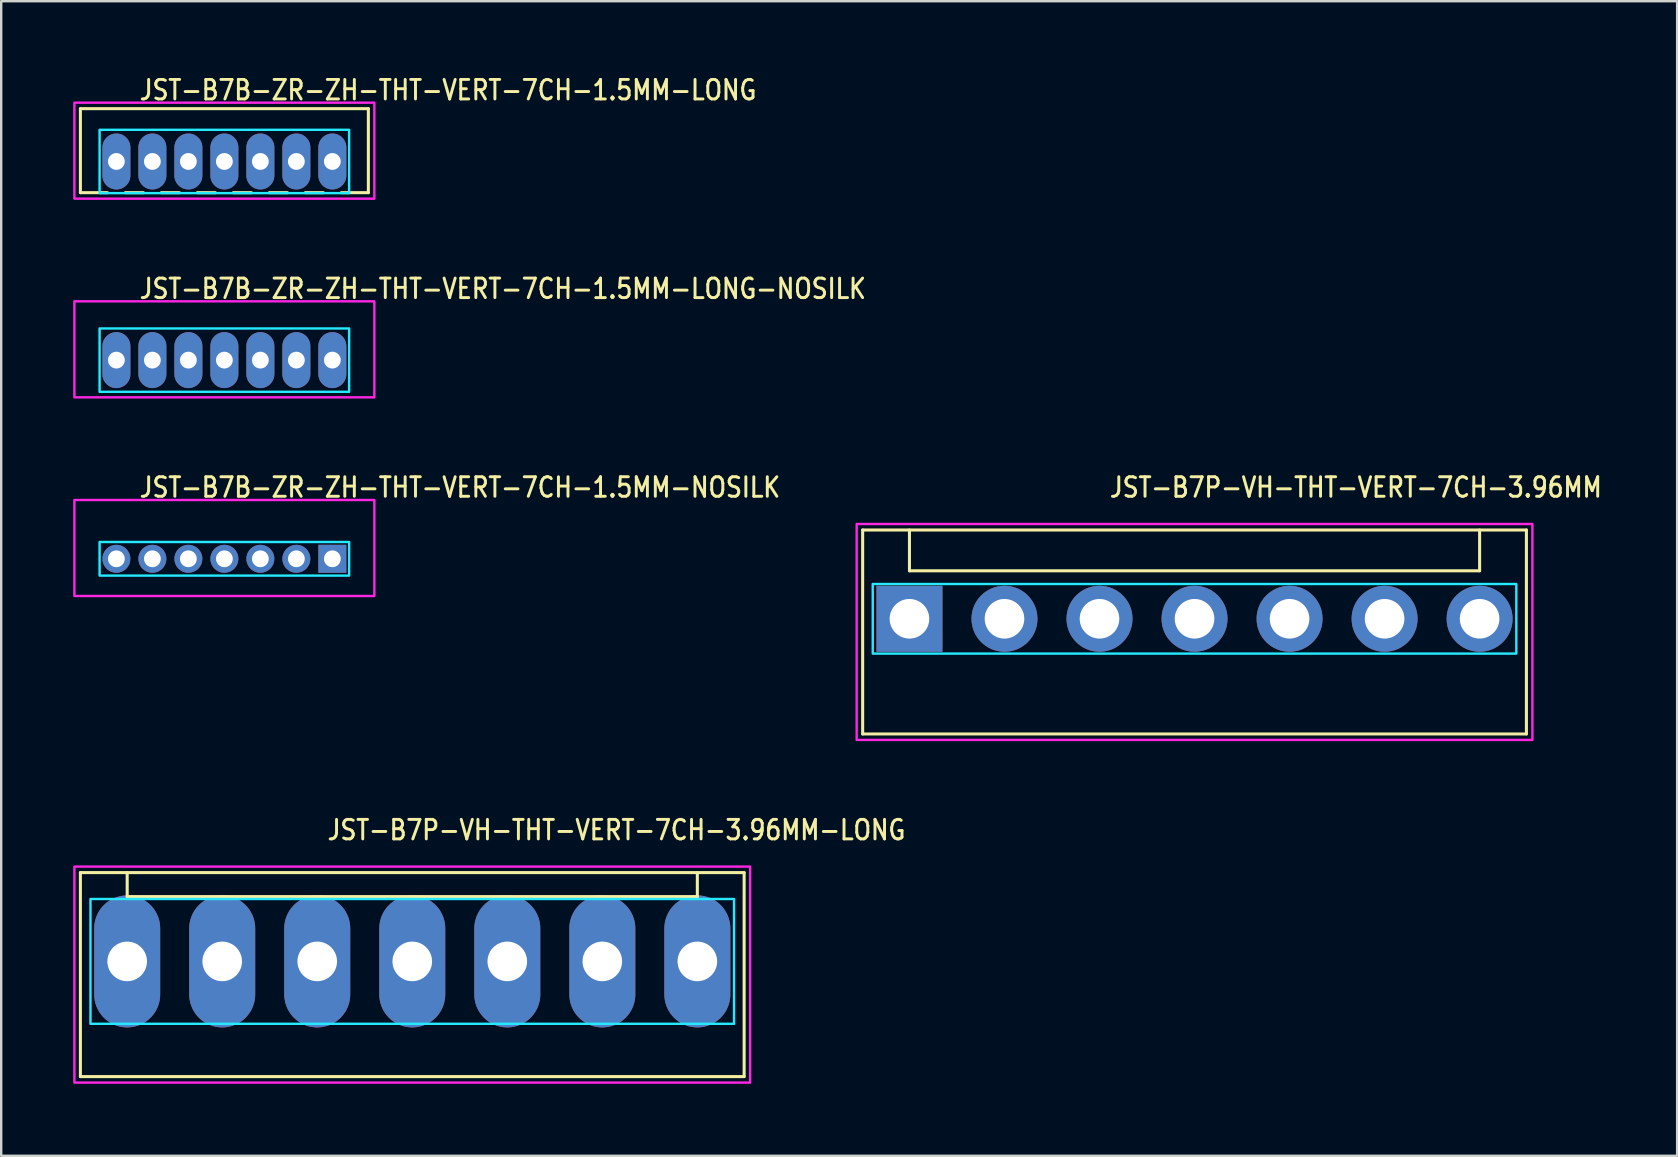
<source format=kicad_pcb>
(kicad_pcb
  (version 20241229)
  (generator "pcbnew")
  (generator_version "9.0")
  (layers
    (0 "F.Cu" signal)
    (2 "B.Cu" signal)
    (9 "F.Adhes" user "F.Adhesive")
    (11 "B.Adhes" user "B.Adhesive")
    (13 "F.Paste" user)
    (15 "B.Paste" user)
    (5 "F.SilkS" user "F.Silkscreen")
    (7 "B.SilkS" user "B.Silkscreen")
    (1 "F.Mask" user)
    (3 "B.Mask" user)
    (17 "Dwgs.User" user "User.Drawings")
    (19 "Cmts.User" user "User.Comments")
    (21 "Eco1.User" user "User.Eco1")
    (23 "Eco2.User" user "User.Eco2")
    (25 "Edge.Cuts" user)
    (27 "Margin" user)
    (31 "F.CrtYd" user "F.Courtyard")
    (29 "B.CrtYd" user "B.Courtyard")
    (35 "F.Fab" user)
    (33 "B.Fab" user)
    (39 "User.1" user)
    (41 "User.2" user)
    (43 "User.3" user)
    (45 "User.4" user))
  (footprint "JST-B7P-VH-THT-VERT-7CH-3.96MM"
    (layer "F.Cu")
    (at 46.729 22.736)
    (property "Reference" "JST-B7P-VH-THT-VERT-7CH-3.96MM" (at -3.6 -5 0) (unlocked yes) (layer "F.SilkS") (effects (font (size 0.813 0.695) (thickness 0.122)) (justify left bottom)))
    (fp_line (start -13.83 -3.7) (end 13.83 -3.7) (stroke (width 0.127) (type solid)) (layer "F.SilkS"))
    (fp_line (start -13.83 4.8) (end -13.83 -3.7) (stroke (width 0.127) (type solid)) (layer "F.SilkS"))
    (fp_line (start -13.83 4.8) (end 13.83 4.8) (stroke (width 0.127) (type solid)) (layer "F.SilkS"))
    (fp_line (start -11.88 -3.7) (end -11.88 -2) (stroke (width 0.127) (type solid)) (layer "F.SilkS"))
    (fp_line (start -11.88 -2) (end 11.88 -2) (stroke (width 0.127) (type solid)) (layer "F.SilkS"))
    (fp_line (start 11.88 -3.7) (end 11.88 -2) (stroke (width 0.127) (type solid)) (layer "F.SilkS"))
    (fp_line (start 13.83 -3.7) (end 13.83 4.8) (stroke (width 0.127) (type solid)) (layer "F.SilkS"))
    (fp_poly (pts (xy -13.41 -1.45) (xy -13.41 1.45) (xy 13.41 1.45) (xy 13.41 -1.45)) (stroke (width 0.1) (type solid)) (fill no) (layer "B.CrtYd"))
    (fp_poly (pts (xy -14.08 -3.95) (xy -14.08 5.05) (xy 14.08 5.05) (xy 14.08 -3.95)) (stroke (width 0.1) (type solid)) (fill no) (layer "F.CrtYd"))
    (pad "1" thru_hole rect (at -11.88 0) (size 2.75 2.75) (drill 1.65) (layers "*.Cu" "*.Mask"))
    (pad "2" thru_hole oval (at -7.92 0) (size 2.75 2.75) (drill 1.65) (layers "*.Cu" "*.Mask"))
    (pad "3" thru_hole oval (at -3.96 0) (size 2.75 2.75) (drill 1.65) (layers "*.Cu" "*.Mask"))
    (pad "4" thru_hole oval (at 0 0) (size 2.75 2.75) (drill 1.65) (layers "*.Cu" "*.Mask"))
    (pad "5" thru_hole oval (at 3.96 0) (size 2.75 2.75) (drill 1.65) (layers "*.Cu" "*.Mask"))
    (pad "6" thru_hole oval (at 7.92 0) (size 2.75 2.75) (drill 1.65) (layers "*.Cu" "*.Mask"))
    (pad "7" thru_hole oval (at 11.88 0) (size 2.75 2.75) (drill 1.65) (layers "*.Cu" "*.Mask")))
  (footprint "JST-B7B-ZR-ZH-THT-VERT-7CH-1.5MM-LONG"
    (layer "F.Cu")
    (at 6.3 3.679)
    (property "Reference" "JST-B7B-ZR-ZH-THT-VERT-7CH-1.5MM-LONG" (at -3.6 -2.5 0) (unlocked yes) (layer "F.SilkS") (effects (font (size 0.813 0.695) (thickness 0.122)) (justify left bottom)))
    (fp_line (start -6 -2.2) (end 6 -2.2) (stroke (width 0.127) (type solid)) (layer "F.SilkS"))
    (fp_line (start -6 1.3) (end -6 -2.2) (stroke (width 0.127) (type solid)) (layer "F.SilkS"))
    (fp_line (start -6 1.3) (end -4.875 1.3) (stroke (width 0.127) (type solid)) (layer "F.SilkS"))
    (fp_line (start -4.125 1.3) (end -3.375 1.3) (stroke (width 0.127) (type solid)) (layer "F.SilkS"))
    (fp_line (start -2.625 1.3) (end -1.875 1.3) (stroke (width 0.127) (type solid)) (layer "F.SilkS"))
    (fp_line (start -1.125 1.3) (end -0.375 1.3) (stroke (width 0.127) (type solid)) (layer "F.SilkS"))
    (fp_line (start 0.375 1.3) (end 1.125 1.3) (stroke (width 0.127) (type solid)) (layer "F.SilkS"))
    (fp_line (start 1.875 1.3) (end 2.625 1.3) (stroke (width 0.127) (type solid)) (layer "F.SilkS"))
    (fp_line (start 3.375 1.3) (end 4.125 1.3) (stroke (width 0.127) (type solid)) (layer "F.SilkS"))
    (fp_line (start 4.875 1.3) (end 6 1.3) (stroke (width 0.127) (type solid)) (layer "F.SilkS"))
    (fp_line (start 6 -2.2) (end 6 1.3) (stroke (width 0.127) (type solid)) (layer "F.SilkS"))
    (fp_poly (pts (xy -5.2 -1.32) (xy -5.2 1.32) (xy 5.2 1.32) (xy 5.2 -1.32)) (stroke (width 0.1) (type solid)) (fill no) (layer "B.CrtYd"))
    (fp_poly (pts (xy -6.25 -2.45) (xy -6.25 1.55) (xy 6.25 1.55) (xy 6.25 -2.45)) (stroke (width 0.1) (type solid)) (fill no) (layer "F.CrtYd"))
    (pad "1" thru_hole oval (at 4.5 0 90) (size 2.333 1.167) (drill 0.7) (layers "*.Cu" "*.Mask"))
    (pad "2" thru_hole oval (at 3 0 90) (size 2.333 1.167) (drill 0.7) (layers "*.Cu" "*.Mask"))
    (pad "3" thru_hole oval (at 1.5 0 90) (size 2.333 1.167) (drill 0.7) (layers "*.Cu" "*.Mask"))
    (pad "4" thru_hole oval (at 0 0 90) (size 2.333 1.167) (drill 0.7) (layers "*.Cu" "*.Mask"))
    (pad "5" thru_hole oval (at -1.5 0 90) (size 2.333 1.167) (drill 0.7) (layers "*.Cu" "*.Mask"))
    (pad "6" thru_hole oval (at -3 0 90) (size 2.333 1.167) (drill 0.7) (layers "*.Cu" "*.Mask"))
    (pad "7" thru_hole oval (at -4.5 0 90) (size 2.333 1.167) (drill 0.7) (layers "*.Cu" "*.Mask")))
  (footprint "JST-B7B-ZR-ZH-THT-VERT-7CH-1.5MM-LONG-NOSILK"
    (layer "F.Cu")
    (at 6.3 11.957)
    (property "Reference" "JST-B7B-ZR-ZH-THT-VERT-7CH-1.5MM-LONG-NOSILK" (at -3.6 -2.5 0) (unlocked yes) (layer "F.SilkS") (effects (font (size 0.813 0.695) (thickness 0.122)) (justify left bottom)))
    (fp_poly (pts (xy -5.2 -1.32) (xy -5.2 1.32) (xy 5.2 1.32) (xy 5.2 -1.32)) (stroke (width 0.1) (type solid)) (fill no) (layer "B.CrtYd"))
    (fp_poly (pts (xy -6.25 -2.45) (xy -6.25 1.55) (xy 6.25 1.55) (xy 6.25 -2.45)) (stroke (width 0.1) (type solid)) (fill no) (layer "F.CrtYd"))
    (pad "1" thru_hole oval (at 4.5 0 90) (size 2.333 1.167) (drill 0.7) (layers "*.Cu" "*.Mask"))
    (pad "2" thru_hole oval (at 3 0 90) (size 2.333 1.167) (drill 0.7) (layers "*.Cu" "*.Mask"))
    (pad "3" thru_hole oval (at 1.5 0 90) (size 2.333 1.167) (drill 0.7) (layers "*.Cu" "*.Mask"))
    (pad "4" thru_hole oval (at 0 0 90) (size 2.333 1.167) (drill 0.7) (layers "*.Cu" "*.Mask"))
    (pad "5" thru_hole oval (at -1.5 0 90) (size 2.333 1.167) (drill 0.7) (layers "*.Cu" "*.Mask"))
    (pad "6" thru_hole oval (at -3 0 90) (size 2.333 1.167) (drill 0.7) (layers "*.Cu" "*.Mask"))
    (pad "7" thru_hole oval (at -4.5 0 90) (size 2.333 1.167) (drill 0.7) (layers "*.Cu" "*.Mask")))
  (footprint "JST-B7B-ZR-ZH-THT-VERT-7CH-1.5MM-NOSILK"
    (layer "F.Cu")
    (at 6.3 20.236)
    (property "Reference" "JST-B7B-ZR-ZH-THT-VERT-7CH-1.5MM-NOSILK" (at -3.6 -2.5 0) (unlocked yes) (layer "F.SilkS") (effects (font (size 0.813 0.695) (thickness 0.122)) (justify left bottom)))
    (fp_poly (pts (xy -5.2 -0.7) (xy -5.2 0.7) (xy 5.2 0.7) (xy 5.2 -0.7)) (stroke (width 0.1) (type solid)) (fill no) (layer "B.CrtYd"))
    (fp_poly (pts (xy -6.25 -2.45) (xy -6.25 1.55) (xy 6.25 1.55) (xy 6.25 -2.45)) (stroke (width 0.1) (type solid)) (fill no) (layer "F.CrtYd"))
    (pad "1" thru_hole rect (at 4.5 0) (size 1.167 1.167) (drill 0.7) (layers "*.Cu" "*.Mask"))
    (pad "2" thru_hole oval (at 3 0) (size 1.167 1.167) (drill 0.7) (layers "*.Cu" "*.Mask"))
    (pad "3" thru_hole oval (at 1.5 0) (size 1.167 1.167) (drill 0.7) (layers "*.Cu" "*.Mask"))
    (pad "4" thru_hole oval (at 0 0) (size 1.167 1.167) (drill 0.7) (layers "*.Cu" "*.Mask"))
    (pad "5" thru_hole oval (at -1.5 0) (size 1.167 1.167) (drill 0.7) (layers "*.Cu" "*.Mask"))
    (pad "6" thru_hole oval (at -3 0) (size 1.167 1.167) (drill 0.7) (layers "*.Cu" "*.Mask"))
    (pad "7" thru_hole oval (at -4.5 0) (size 1.167 1.167) (drill 0.7) (layers "*.Cu" "*.Mask")))
  (footprint "JST-B7P-VH-THT-VERT-7CH-3.96MM-LONG"
    (layer "F.Cu")
    (at 14.13 37.014)
    (property "Reference" "JST-B7P-VH-THT-VERT-7CH-3.96MM-LONG" (at -3.6 -5 0) (unlocked yes) (layer "F.SilkS") (effects (font (size 0.813 0.695) (thickness 0.122)) (justify left bottom)))
    (fp_line (start -13.83 -3.7) (end 13.83 -3.7) (stroke (width 0.127) (type solid)) (layer "F.SilkS"))
    (fp_line (start -13.83 4.8) (end -13.83 -3.7) (stroke (width 0.127) (type solid)) (layer "F.SilkS"))
    (fp_line (start -13.83 4.8) (end 13.83 4.8) (stroke (width 0.127) (type solid)) (layer "F.SilkS"))
    (fp_line (start -11.88 -3.7) (end -11.88 -2.7) (stroke (width 0.127) (type solid)) (layer "F.SilkS"))
    (fp_line (start -11.88 -2.7) (end 11.88 -2.7) (stroke (width 0.127) (type solid)) (layer "F.SilkS"))
    (fp_line (start 11.88 -3.7) (end 11.88 -2.7) (stroke (width 0.127) (type solid)) (layer "F.SilkS"))
    (fp_line (start 13.83 -3.7) (end 13.83 4.8) (stroke (width 0.127) (type solid)) (layer "F.SilkS"))
    (fp_poly (pts (xy -13.41 -2.6) (xy -13.41 2.6) (xy 13.41 2.6) (xy 13.41 -2.6)) (stroke (width 0.1) (type solid)) (fill no) (layer "B.CrtYd"))
    (fp_poly (pts (xy -14.08 -3.95) (xy -14.08 5.05) (xy 14.08 5.05) (xy 14.08 -3.95)) (stroke (width 0.1) (type solid)) (fill no) (layer "F.CrtYd"))
    (pad "1" thru_hole oval (at -11.88 0 90) (size 5.5 2.75) (drill 1.65) (layers "*.Cu" "*.Mask"))
    (pad "2" thru_hole oval (at -7.92 0 90) (size 5.5 2.75) (drill 1.65) (layers "*.Cu" "*.Mask"))
    (pad "3" thru_hole oval (at -3.96 0 90) (size 5.5 2.75) (drill 1.65) (layers "*.Cu" "*.Mask"))
    (pad "4" thru_hole oval (at 0 0 90) (size 5.5 2.75) (drill 1.65) (layers "*.Cu" "*.Mask"))
    (pad "5" thru_hole oval (at 3.96 0 90) (size 5.5 2.75) (drill 1.65) (layers "*.Cu" "*.Mask"))
    (pad "6" thru_hole oval (at 7.92 0 90) (size 5.5 2.75) (drill 1.65) (layers "*.Cu" "*.Mask"))
    (pad "7" thru_hole oval (at 11.88 0 90) (size 5.5 2.75) (drill 1.65) (layers "*.Cu" "*.Mask")))
  (gr_rect
    (start -3 -3)
    (end 66.84 45.114)
    (stroke (width 0.1) (type default))
    (fill no)
    (layer "Edge.Cuts")))
</source>
